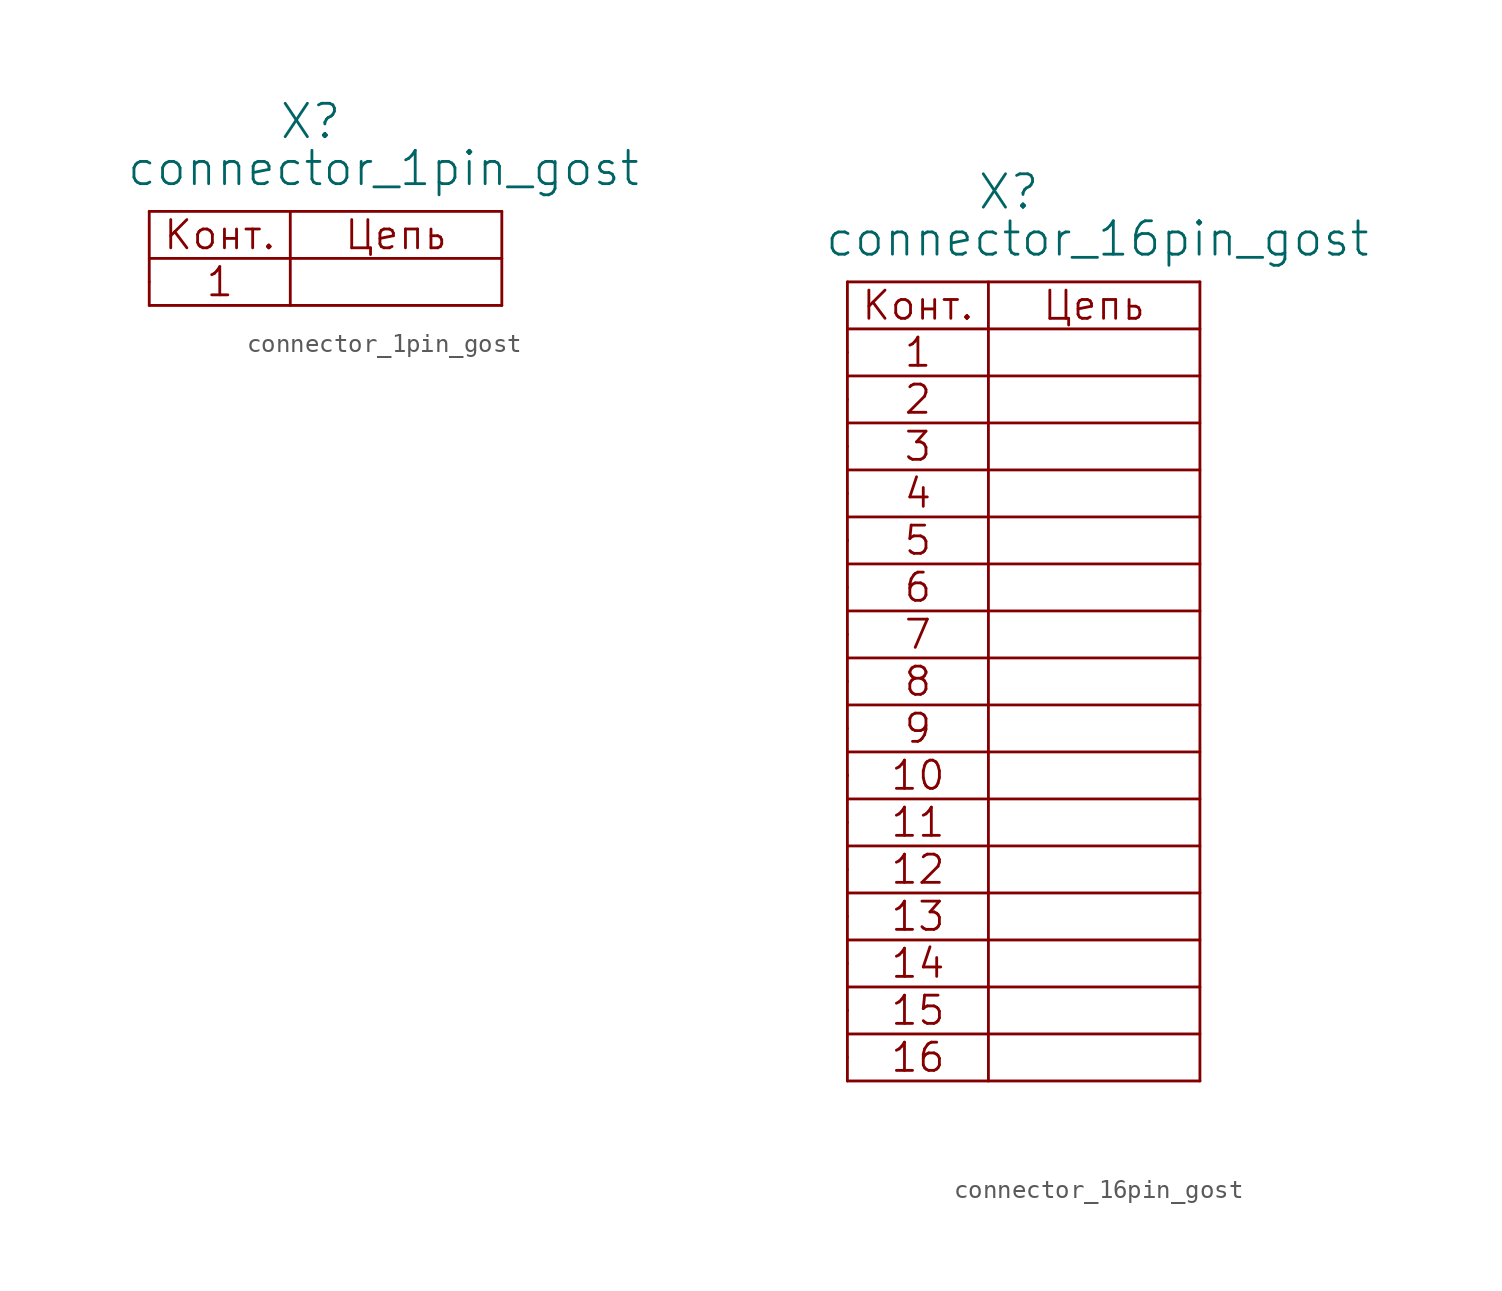
<source format=kicad_sym>
(kicad_symbol_lib
  (version 20211014)
  (generator kicad_symbol_editor)
  (symbol "connector_1pin_gost"
    (pin_numbers hide)
    (pin_names
      (offset 1.016) hide)
    (property "Reference" "X"
      (at 6.985 7.62 0)
      (effects (font (size 1.803 1.803)) (justify left bottom)))
    (property "Value" "connector_1pin_gost"
      (at -1.27 5.08 0)
      (effects (font (size 1.803 1.803)) (justify left bottom)))
    (property "Datasheet" ""
      (at 0 0 0)
      (effects (font (size 1.524 1.524))))
    (symbol "connector_1pin_gost_0_0"
      (polyline (pts (xy 0 1.27) (xy 19.05 1.27)) (stroke (width 0) (type default) (color 0 0 0 0)) (fill (type none)))
      (polyline (pts (xy 19.05 -1.27) (xy 0 -1.27)) (stroke (width 0) (type default) (color 0 0 0 0)) (fill (type none)))
      (text "1" (at 3.81 0 0) (effects (font (size 1.524 1.524))))
      (text "Конт." (at 3.81 2.54 0) (effects (font (size 1.524 1.524))))
      (text "Цепь" (at 13.335 2.54 0) (effects (font (size 1.524 1.524)))))
    (symbol "connector_1pin_gost_0_1"
      (polyline (pts (xy 0 3.81) (xy 0 -1.27)) (stroke (width 0) (type default) (color 0 0 0 0)) (fill (type none)))
      (polyline (pts (xy 0 3.81) (xy 19.05 3.81)) (stroke (width 0) (type default) (color 0 0 0 0)) (fill (type none)))
      (polyline (pts (xy 7.62 3.81) (xy 7.62 -1.27)) (stroke (width 0) (type default) (color 0 0 0 0)) (fill (type none)))
      (polyline (pts (xy 19.05 -1.27) (xy 19.05 3.81)) (stroke (width 0) (type default) (color 0 0 0 0)) (fill (type none))))
    (symbol "connector_1pin_gost_1_1"
      (pin passive line (at 0 0 0) (length 0) (name "~" (effects (font (size 1.549 1.549)))) (number "1" (effects (font (size 1.549 1.549)))))))
  (symbol "connector_16pin_gost"
    (pin_numbers hide)
    (pin_names
      (offset 1.016) hide)
    (property "Reference" "X"
      (at 6.985 7.62 0)
      (effects (font (size 1.803 1.803)) (justify left bottom)))
    (property "Value" "connector_16pin_gost"
      (at -1.27 5.08 0)
      (effects (font (size 1.803 1.803)) (justify left bottom)))
    (property "Datasheet" ""
      (at 0 0 0)
      (effects (font (size 1.524 1.524))))
    (symbol "connector_16pin_gost_0_0"
      (polyline (pts (xy 0 -36.83) (xy 19.05 -36.83)) (stroke (width 0) (type default) (color 0 0 0 0)) (fill (type none)))
      (polyline (pts (xy 0 -35.56) (xy 0 -35.56)) (stroke (width 0) (type default) (color 0 0 0 0)) (fill (type none)))
      (polyline (pts (xy 0 -34.29) (xy 19.05 -34.29)) (stroke (width 0) (type default) (color 0 0 0 0)) (fill (type none)))
      (polyline (pts (xy 0 -31.75) (xy 19.05 -31.75)) (stroke (width 0) (type default) (color 0 0 0 0)) (fill (type none)))
      (polyline (pts (xy 0 -29.21) (xy 19.05 -29.21)) (stroke (width 0) (type default) (color 0 0 0 0)) (fill (type none)))
      (polyline (pts (xy 0 -24.13) (xy 19.05 -24.13)) (stroke (width 0) (type default) (color 0 0 0 0)) (fill (type none)))
      (polyline (pts (xy 0 -22.86) (xy 0 -22.86)) (stroke (width 0) (type default) (color 0 0 0 0)) (fill (type none)))
      (polyline (pts (xy 0 -21.59) (xy 19.05 -21.59)) (stroke (width 0) (type default) (color 0 0 0 0)) (fill (type none)))
      (polyline (pts (xy 0 -19.05) (xy 19.05 -19.05)) (stroke (width 0) (type default) (color 0 0 0 0)) (fill (type none)))
      (polyline (pts (xy 0 -16.51) (xy 19.05 -16.51)) (stroke (width 0) (type default) (color 0 0 0 0)) (fill (type none)))
      (polyline (pts (xy 0 -11.43) (xy 19.05 -11.43)) (stroke (width 0) (type default) (color 0 0 0 0)) (fill (type none)))
      (polyline (pts (xy 0 -10.16) (xy 0 -10.16)) (stroke (width 0) (type default) (color 0 0 0 0)) (fill (type none)))
      (polyline (pts (xy 0 -8.89) (xy 19.05 -8.89)) (stroke (width 0) (type default) (color 0 0 0 0)) (fill (type none)))
      (polyline (pts (xy 0 -6.35) (xy 19.05 -6.35)) (stroke (width 0) (type default) (color 0 0 0 0)) (fill (type none)))
      (polyline (pts (xy 0 -3.81) (xy 19.05 -3.81)) (stroke (width 0) (type default) (color 0 0 0 0)) (fill (type none)))
      (polyline (pts (xy 0 1.27) (xy 19.05 1.27)) (stroke (width 0) (type default) (color 0 0 0 0)) (fill (type none)))
      (polyline (pts (xy 19.05 -39.37) (xy 0 -39.37)) (stroke (width 0) (type default) (color 0 0 0 0)) (fill (type none)))
      (polyline (pts (xy 19.05 -26.67) (xy 0 -26.67)) (stroke (width 0) (type default) (color 0 0 0 0)) (fill (type none)))
      (polyline (pts (xy 19.05 -13.97) (xy 0 -13.97)) (stroke (width 0) (type default) (color 0 0 0 0)) (fill (type none)))
      (polyline (pts (xy 19.05 -1.27) (xy 0 -1.27)) (stroke (width 0) (type default) (color 0 0 0 0)) (fill (type none)))
      (text "1" (at 3.81 0 0) (effects (font (size 1.524 1.524))))
      (text "10" (at 3.81 -22.86 0) (effects (font (size 1.524 1.524))))
      (text "11" (at 3.81 -25.4 0) (effects (font (size 1.524 1.524))))
      (text "12" (at 3.81 -27.94 0) (effects (font (size 1.524 1.524))))
      (text "13" (at 3.81 -30.48 0) (effects (font (size 1.524 1.524))))
      (text "14" (at 3.81 -33.02 0) (effects (font (size 1.524 1.524))))
      (text "15" (at 3.81 -35.56 0) (effects (font (size 1.524 1.524))))
      (text "16" (at 3.81 -38.1 0) (effects (font (size 1.524 1.524))))
      (text "2" (at 3.81 -2.54 0) (effects (font (size 1.524 1.524))))
      (text "3" (at 3.81 -5.08 0) (effects (font (size 1.524 1.524))))
      (text "4" (at 3.81 -7.62 0) (effects (font (size 1.524 1.524))))
      (text "5" (at 3.81 -10.16 0) (effects (font (size 1.524 1.524))))
      (text "6" (at 3.81 -12.7 0) (effects (font (size 1.524 1.524))))
      (text "7" (at 3.81 -15.24 0) (effects (font (size 1.524 1.524))))
      (text "8" (at 3.81 -17.78 0) (effects (font (size 1.524 1.524))))
      (text "9" (at 3.81 -20.32 0) (effects (font (size 1.524 1.524))))
      (text "Конт." (at 3.81 2.54 0) (effects (font (size 1.524 1.524))))
      (text "Цепь" (at 13.335 2.54 0) (effects (font (size 1.524 1.524)))))
    (symbol "connector_16pin_gost_0_1"
      (polyline (pts (xy 0 -39.37) (xy 0 3.81)) (stroke (width 0) (type default) (color 0 0 0 0)) (fill (type none)))
      (polyline (pts (xy 0 3.81) (xy 19.05 3.81)) (stroke (width 0) (type default) (color 0 0 0 0)) (fill (type none)))
      (polyline (pts (xy 7.62 -39.37) (xy 7.62 3.81)) (stroke (width 0) (type default) (color 0 0 0 0)) (fill (type none)))
      (polyline (pts (xy 19.05 3.81) (xy 19.05 -39.37)) (stroke (width 0) (type default) (color 0 0 0 0)) (fill (type none))))
    (symbol "connector_16pin_gost_1_1"
      (pin passive line (at 0 0 0) (length 0) (name "~" (effects (font (size 1.549 1.549)))) (number "1" (effects (font (size 1.549 1.549)))))
      (pin passive line (at 0 -22.86 0) (length 0) (name "~" (effects (font (size 1.549 1.549)))) (number "10" (effects (font (size 1.549 1.549)))))
      (pin passive line (at 0 -25.4 0) (length 0) (name "~" (effects (font (size 1.549 1.549)))) (number "11" (effects (font (size 1.549 1.549)))))
      (pin passive line (at 0 -27.94 0) (length 0) (name "~" (effects (font (size 1.549 1.549)))) (number "12" (effects (font (size 1.549 1.549)))))
      (pin passive line (at 0 -30.48 0) (length 0) (name "~" (effects (font (size 1.549 1.549)))) (number "13" (effects (font (size 1.549 1.549)))))
      (pin passive line (at 0 -33.02 0) (length 0) (name "~" (effects (font (size 1.549 1.549)))) (number "14" (effects (font (size 1.549 1.549)))))
      (pin passive line (at 0 -35.56 0) (length 0) (name "~" (effects (font (size 1.549 1.549)))) (number "15" (effects (font (size 1.549 1.549)))))
      (pin passive line (at 0 -38.1 0) (length 0) (name "~" (effects (font (size 1.549 1.549)))) (number "16" (effects (font (size 1.549 1.549)))))
      (pin passive line (at 0 -2.54 0) (length 0) (name "~" (effects (font (size 1.549 1.549)))) (number "2" (effects (font (size 1.549 1.549)))))
      (pin passive line (at 0 -5.08 0) (length 0) (name "~" (effects (font (size 1.549 1.549)))) (number "3" (effects (font (size 1.549 1.549)))))
      (pin passive line (at 0 -7.62 0) (length 0) (name "~" (effects (font (size 1.549 1.549)))) (number "4" (effects (font (size 1.549 1.549)))))
      (pin passive line (at 0 -10.16 0) (length 0) (name "~" (effects (font (size 1.549 1.549)))) (number "5" (effects (font (size 1.549 1.549)))))
      (pin passive line (at 0 -12.7 0) (length 0) (name "~" (effects (font (size 1.549 1.549)))) (number "6" (effects (font (size 1.549 1.549)))))
      (pin passive line (at 0 -15.24 0) (length 0) (name "~" (effects (font (size 1.549 1.549)))) (number "7" (effects (font (size 1.549 1.549)))))
      (pin passive line (at 0 -17.78 0) (length 0) (name "~" (effects (font (size 1.549 1.549)))) (number "8" (effects (font (size 1.549 1.549)))))
      (pin passive line (at 0 -20.32 0) (length 0) (name "~" (effects (font (size 1.549 1.549)))) (number "9" (effects (font (size 1.549 1.549))))))))
</source>
